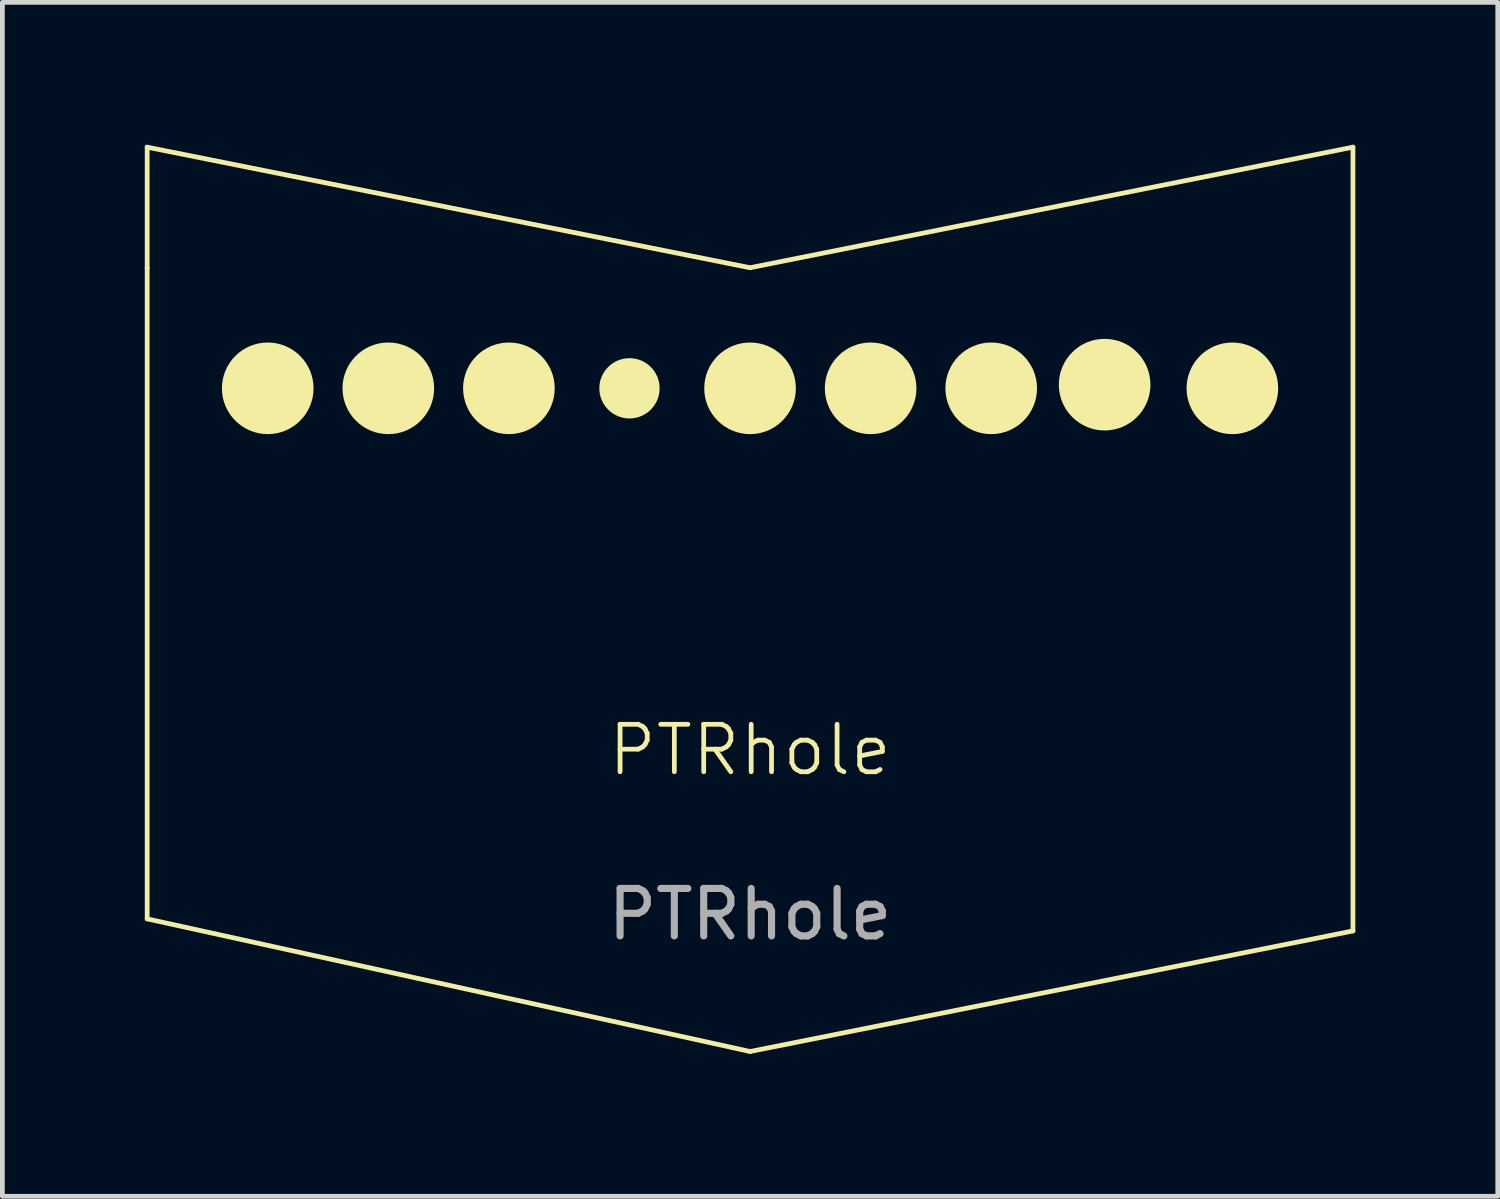
<source format=kicad_pcb>
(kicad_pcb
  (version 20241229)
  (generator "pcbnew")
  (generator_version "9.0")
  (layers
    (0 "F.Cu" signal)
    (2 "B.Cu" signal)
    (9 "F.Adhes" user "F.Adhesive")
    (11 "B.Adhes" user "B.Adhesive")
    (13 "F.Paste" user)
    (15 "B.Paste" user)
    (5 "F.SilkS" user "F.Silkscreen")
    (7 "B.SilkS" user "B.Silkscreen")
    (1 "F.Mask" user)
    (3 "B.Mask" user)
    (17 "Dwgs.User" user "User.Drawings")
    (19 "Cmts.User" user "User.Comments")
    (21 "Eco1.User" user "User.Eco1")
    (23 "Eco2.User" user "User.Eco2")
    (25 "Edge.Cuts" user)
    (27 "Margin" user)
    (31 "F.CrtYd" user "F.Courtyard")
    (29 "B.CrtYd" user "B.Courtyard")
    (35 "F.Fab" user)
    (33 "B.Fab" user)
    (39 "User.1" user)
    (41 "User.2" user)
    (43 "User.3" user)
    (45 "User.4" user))
  (footprint "PTRhole"
    (layer "F.Cu")
    (at 2.59 5.13)
    (property "Reference" "PTRhole" (at 10.16 7.62 0) (unlocked yes) (layer "F.SilkS") (effects (font (size 1 1) (thickness 0.1))))
    (attr through_hole)
    (fp_line (start -2.54 -5.08) (end -2.54 -2.54) (stroke (width 0.1) (type default)) (layer "F.SilkS"))
    (fp_line (start -2.54 11.176) (end -2.54 -2.54) (stroke (width 0.1) (type default)) (layer "F.SilkS"))
    (fp_line (start 10.16 -2.54) (end -2.54 -5.08) (stroke (width 0.1) (type default)) (layer "F.SilkS"))
    (fp_line (start 10.16 13.97) (end -2.54 11.176) (stroke (width 0.1) (type default)) (layer "F.SilkS"))
    (fp_line (start 10.16 13.97) (end 22.86 11.43) (stroke (width 0.1) (type default)) (layer "F.SilkS"))
    (fp_line (start 22.86 -5.08) (end 10.16 -2.54) (stroke (width 0.1) (type default)) (layer "F.SilkS"))
    (fp_line (start 22.86 11.43) (end 22.86 -5.08) (stroke (width 0.1) (type default)) (layer "F.SilkS"))
    (fp_circle (center 0 0) (end 0.915 0) (stroke (width 0.1) (type solid)) (fill yes) (layer "F.SilkS"))
    (fp_circle (center 2.54 0) (end 3.455 0) (stroke (width 0.1) (type solid)) (fill yes) (layer "F.SilkS"))
    (fp_circle (center 5.08 0) (end 5.995 0) (stroke (width 0.1) (type solid)) (fill yes) (layer "F.SilkS"))
    (fp_circle (center 7.62 0) (end 8.205 0) (stroke (width 0.1) (type solid)) (fill yes) (layer "F.SilkS"))
    (fp_circle (center 10.16 0) (end 11.075 0) (stroke (width 0.1) (type solid)) (fill yes) (layer "F.SilkS"))
    (fp_circle (center 12.7 0) (end 13.615 0) (stroke (width 0.1) (type solid)) (fill yes) (layer "F.SilkS"))
    (fp_circle (center 15.24 0) (end 16.155 0) (stroke (width 0.1) (type solid)) (fill yes) (layer "F.SilkS"))
    (fp_circle (center 17.629 -0.077) (end 18.544 -0.077) (stroke (width 0.1) (type solid)) (fill yes) (layer "F.SilkS"))
    (fp_circle (center 20.32 0) (end 21.235 0) (stroke (width 0.1) (type solid)) (fill yes) (layer "F.SilkS"))
    (fp_text user "${REFERENCE}" (at 10.16 11.08 0) (unlocked yes) (layer "F.Fab") (effects (font (size 1 1) (thickness 0.15)))))
  (gr_rect
    (start -3 -3)
    (end 28.5 22.15)
    (stroke (width 0.1) (type default))
    (fill no)
    (layer "Edge.Cuts")))
</source>
